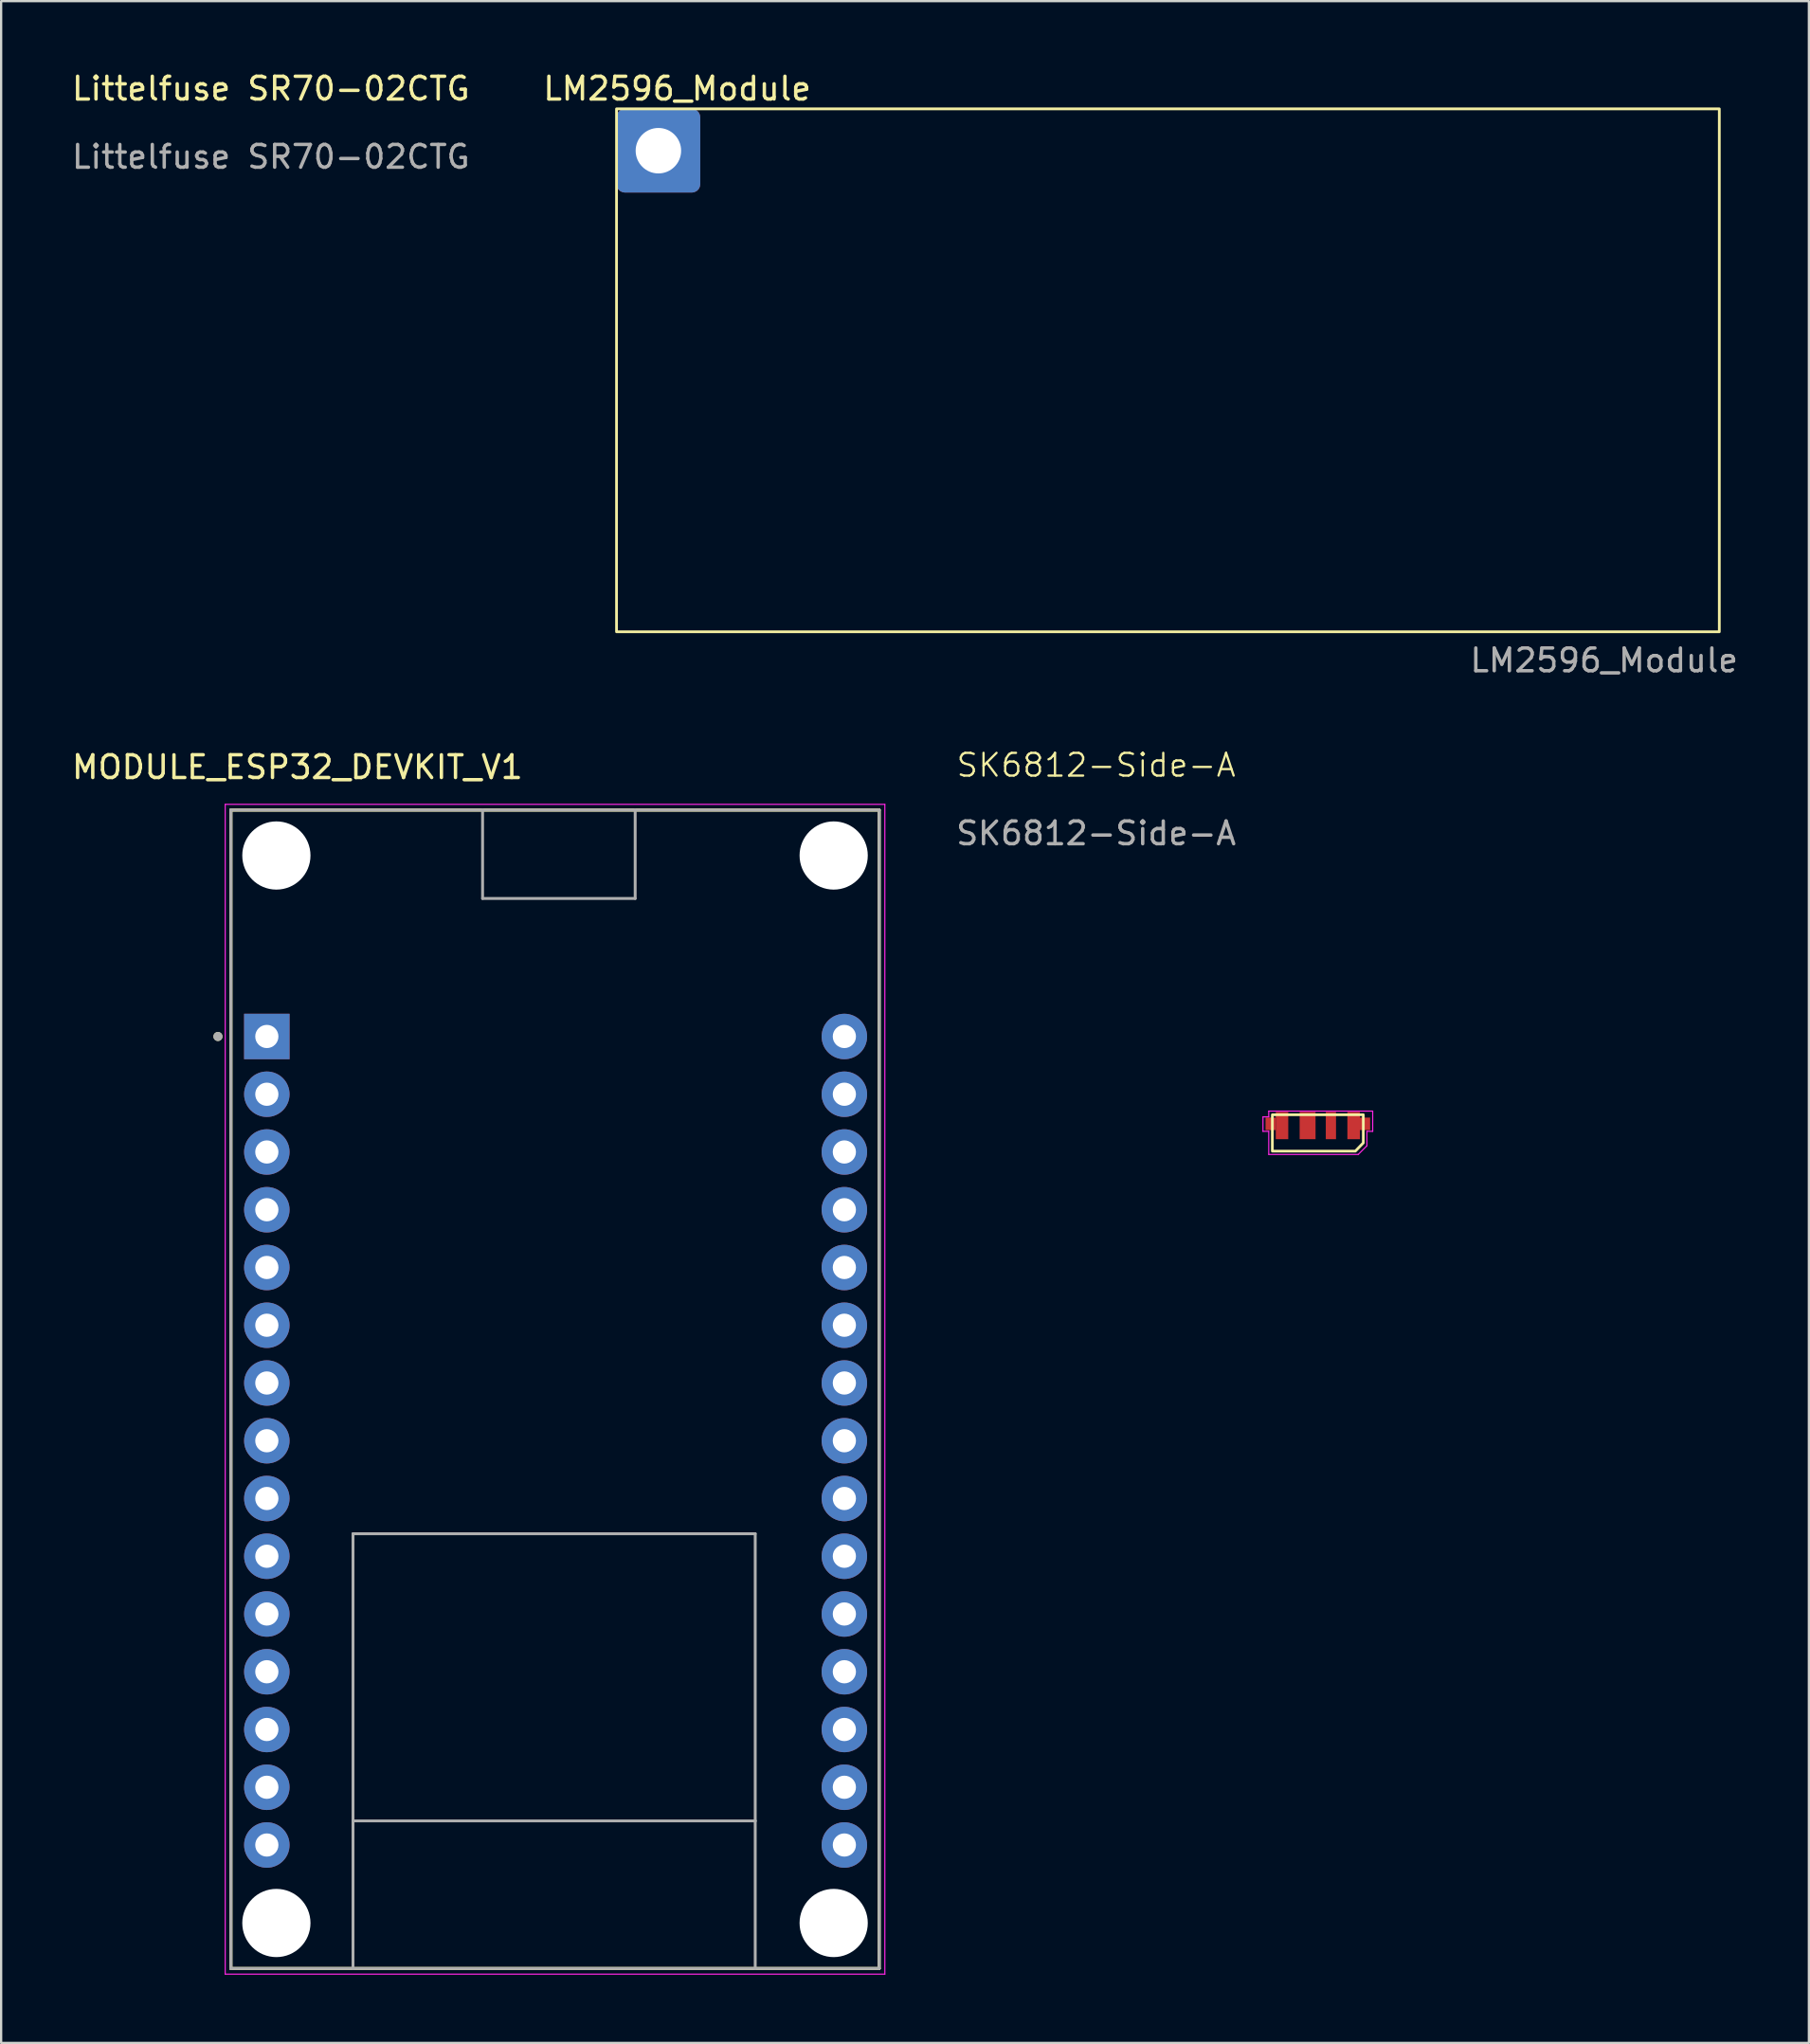
<source format=kicad_pcb>
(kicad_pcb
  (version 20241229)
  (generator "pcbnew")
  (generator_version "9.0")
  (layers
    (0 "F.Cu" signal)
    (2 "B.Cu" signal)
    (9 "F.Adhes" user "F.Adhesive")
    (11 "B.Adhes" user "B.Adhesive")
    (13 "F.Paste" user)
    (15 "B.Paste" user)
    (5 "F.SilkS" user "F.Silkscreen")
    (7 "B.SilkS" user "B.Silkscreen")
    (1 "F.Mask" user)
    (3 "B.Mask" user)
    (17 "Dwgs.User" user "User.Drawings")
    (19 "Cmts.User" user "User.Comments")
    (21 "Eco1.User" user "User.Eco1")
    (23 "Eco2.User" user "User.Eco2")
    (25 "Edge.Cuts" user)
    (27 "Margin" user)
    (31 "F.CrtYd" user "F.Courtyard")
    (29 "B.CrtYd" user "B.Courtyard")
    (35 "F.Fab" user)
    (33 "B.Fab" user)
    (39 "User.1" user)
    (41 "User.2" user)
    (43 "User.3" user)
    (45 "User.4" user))
  (footprint "SK6812-Side-A"
    (layer "F.Cu")
    (at 54.908 46.453)
    (property "Reference" "SK6812-Side-A" (at -9.75 -15.85 0) (unlocked yes) (layer "F.SilkS") (effects (font (size 1 1) (thickness 0.1))))
    (attr smd)
    (fp_poly (pts (xy -2 -0.475) (xy 2 -0.475) (xy 2 0.762) (xy 1.651 1.125) (xy -2 1.125)) (stroke (width 0.12) (type solid)) (fill no) (layer "F.SilkS"))
    (fp_line (start -2.413 -0.381) (end -2.159 -0.381) (stroke (width 0.05) (type default)) (layer "F.CrtYd"))
    (fp_line (start -2.413 0.254) (end -2.413 -0.381) (stroke (width 0.05) (type default)) (layer "F.CrtYd"))
    (fp_line (start -2.159 -0.635) (end 2.413 -0.635) (stroke (width 0.05) (type default)) (layer "F.CrtYd"))
    (fp_line (start -2.159 -0.381) (end -2.159 -0.635) (stroke (width 0.05) (type default)) (layer "F.CrtYd"))
    (fp_line (start -2.159 0.254) (end -2.413 0.254) (stroke (width 0.05) (type default)) (layer "F.CrtYd"))
    (fp_line (start -2.159 1.27) (end -2.159 0.254) (stroke (width 0.05) (type default)) (layer "F.CrtYd"))
    (fp_line (start 1.778 1.27) (end -2.159 1.27) (stroke (width 0.05) (type default)) (layer "F.CrtYd"))
    (fp_line (start 2.159 0.254) (end 2.159 0.889) (stroke (width 0.05) (type default)) (layer "F.CrtYd"))
    (fp_line (start 2.159 0.889) (end 1.778 1.27) (stroke (width 0.05) (type default)) (layer "F.CrtYd"))
    (fp_line (start 2.413 -0.635) (end 2.413 0.254) (stroke (width 0.05) (type default)) (layer "F.CrtYd"))
    (fp_line (start 2.413 0.254) (end 2.159 0.254) (stroke (width 0.05) (type default)) (layer "F.CrtYd"))
    (fp_text user "${REFERENCE}" (at -9.75 -12.85 0) (unlocked yes) (layer "F.Fab") (effects (font (size 1 1) (thickness 0.15))))
    (pad "1" smd rect (at -2.075 -0.075) (size 0.45 0.55) (layers "F.Cu" "F.Mask" "F.Paste"))
    (pad "1" smd rect (at -1.575 0) (size 0.55 1.2) (layers "F.Cu" "F.Mask" "F.Paste"))
    (pad "2" smd rect (at -0.45 0) (size 0.7 1.2) (layers "F.Cu" "F.Mask" "F.Paste"))
    (pad "3" smd rect (at 0.575 0) (size 0.45 1.2) (layers "F.Cu" "F.Mask" "F.Paste"))
    (pad "4" smd rect (at 1.575 0) (size 0.55 1.2) (layers "F.Cu" "F.Mask" "F.Paste"))
    (pad "4" smd rect (at 2.075 -0.075) (size 0.45 0.55) (layers "F.Cu" "F.Mask" "F.Paste")))
  (footprint "Littelfuse SR70-02CTG"
    (layer "F.Cu")
    (at 8.863 1.348)
    (property "Reference" "Littelfuse SR70-02CTG" (at 0 -0.5 0) (unlocked yes) (layer "F.SilkS") (effects (font (size 1 1) (thickness 0.15))))
    (attr smd)
    (fp_text user "${REFERENCE}" (at 0 2.5 0) (unlocked yes) (layer "F.Fab") (effects (font (size 1 1) (thickness 0.15)))))
  (footprint "LM2596_Module"
    (layer "F.Cu")
    (at 24.065 1.737)
    (property "Reference" "LM2596_Module" (at 2.667 -0.889 0) (unlocked yes) (layer "F.SilkS") (effects (font (size 1 1) (thickness 0.15))))
    (attr smd)
    (fp_rect (start 0 0) (end 48.5 23) (stroke (width 0.12) (type default)) (fill no) (layer "F.SilkS"))
    (fp_text user "${REFERENCE}" (at 43.434 24.257 0) (unlocked yes) (layer "F.Fab") (effects (font (size 1 1) (thickness 0.15))))
    (pad "1" thru_hole roundrect (at 1.841 1.841) (size 3.683 3.683) (drill 2) (layers "*.Cu" "*.Mask") (roundrect_rratio 0.1)))
  (footprint "MODULE_ESP32_DEVKIT_V1"
    (layer "F.Cu")
    (at 21.385 58.051)
    (property "Reference" "MODULE_ESP32_DEVKIT_V1" (at -11.355 -27.36 0) (layer "F.SilkS") (effects (font (size 1 1) (thickness 0.15))))
    (attr through_hole)
    (fp_line (start -14.28 -25.475) (end -3.211 -25.475) (stroke (width 0.127) (type solid)) (layer "F.SilkS"))
    (fp_line (start -14.28 -25.475) (end 14.23 -25.475) (stroke (width 0.127) (type solid)) (layer "F.SilkS"))
    (fp_line (start -14.28 25.475) (end -14.28 -25.475) (stroke (width 0.127) (type solid)) (layer "F.SilkS"))
    (fp_line (start -14.28 25.475) (end -14.28 -25.475) (stroke (width 0.127) (type solid)) (layer "F.SilkS"))
    (fp_line (start -14.28 25.475) (end -8.91 25.475) (stroke (width 0.127) (type solid)) (layer "F.SilkS"))
    (fp_line (start -8.91 25.475) (end 8.78 25.475) (stroke (width 0.127) (type solid)) (layer "F.SilkS"))
    (fp_line (start -3.211 -25.475) (end 3.5 -25.475) (stroke (width 0.127) (type solid)) (layer "F.SilkS"))
    (fp_line (start 3.5 -25.475) (end 14.23 -25.475) (stroke (width 0.127) (type solid)) (layer "F.SilkS"))
    (fp_line (start 8.78 25.475) (end 14.23 25.475) (stroke (width 0.127) (type solid)) (layer "F.SilkS"))
    (fp_line (start 14.23 -25.475) (end 14.23 25.475) (stroke (width 0.127) (type solid)) (layer "F.SilkS"))
    (fp_line (start 14.23 -25.475) (end 14.23 25.475) (stroke (width 0.127) (type solid)) (layer "F.SilkS"))
    (fp_line (start 14.23 25.475) (end -14.28 25.475) (stroke (width 0.127) (type solid)) (layer "F.SilkS"))
    (fp_circle (center -14.85 -15.515) (end -14.75 -15.515) (stroke (width 0.2) (type solid)) (fill no) (layer "F.SilkS"))
    (fp_line (start -14.53 -25.725) (end -14.53 25.725) (stroke (width 0.05) (type solid)) (layer "F.CrtYd"))
    (fp_line (start -14.53 25.725) (end 14.48 25.725) (stroke (width 0.05) (type solid)) (layer "F.CrtYd"))
    (fp_line (start 14.48 -25.725) (end -14.53 -25.725) (stroke (width 0.05) (type solid)) (layer "F.CrtYd"))
    (fp_line (start 14.48 25.725) (end 14.48 -25.725) (stroke (width 0.05) (type solid)) (layer "F.CrtYd"))
    (fp_line (start -14.28 -25.475) (end -3.211 -25.475) (stroke (width 0.127) (type solid)) (layer "F.Fab"))
    (fp_line (start -14.28 25.475) (end -14.28 -25.475) (stroke (width 0.127) (type solid)) (layer "F.Fab"))
    (fp_line (start -14.28 25.475) (end -8.91 25.475) (stroke (width 0.127) (type solid)) (layer "F.Fab"))
    (fp_line (start -8.91 6.355) (end 8.78 6.355) (stroke (width 0.127) (type solid)) (layer "F.Fab"))
    (fp_line (start -8.91 18.985) (end -8.91 6.355) (stroke (width 0.127) (type solid)) (layer "F.Fab"))
    (fp_line (start -8.91 18.985) (end 8.78 18.985) (stroke (width 0.127) (type solid)) (layer "F.Fab"))
    (fp_line (start -8.91 25.475) (end -8.91 18.985) (stroke (width 0.127) (type solid)) (layer "F.Fab"))
    (fp_line (start -8.91 25.475) (end 8.78 25.475) (stroke (width 0.127) (type solid)) (layer "F.Fab"))
    (fp_line (start -3.211 -25.475) (end 3.5 -25.475) (stroke (width 0.127) (type solid)) (layer "F.Fab"))
    (fp_line (start -3.211 -21.585) (end -3.211 -25.475) (stroke (width 0.127) (type solid)) (layer "F.Fab"))
    (fp_line (start 3.5 -25.475) (end 3.5 -21.585) (stroke (width 0.127) (type solid)) (layer "F.Fab"))
    (fp_line (start 3.5 -25.475) (end 14.23 -25.475) (stroke (width 0.127) (type solid)) (layer "F.Fab"))
    (fp_line (start 3.5 -21.585) (end -3.211 -21.585) (stroke (width 0.127) (type solid)) (layer "F.Fab"))
    (fp_line (start 8.78 6.355) (end 8.78 18.985) (stroke (width 0.127) (type solid)) (layer "F.Fab"))
    (fp_line (start 8.78 18.985) (end 8.78 25.475) (stroke (width 0.127) (type solid)) (layer "F.Fab"))
    (fp_line (start 8.78 25.475) (end 14.23 25.475) (stroke (width 0.127) (type solid)) (layer "F.Fab"))
    (fp_line (start 14.23 -25.475) (end 14.23 25.475) (stroke (width 0.127) (type solid)) (layer "F.Fab"))
    (fp_circle (center -14.85 -15.515) (end -14.75 -15.515) (stroke (width 0.2) (type solid)) (fill no) (layer "F.Fab"))
    (pad "" np_thru_hole circle (at -12.28 -23.475) (size 3 3) (drill 3) (layers "*.Cu" "*.Mask"))
    (pad "" np_thru_hole circle (at -12.28 23.475) (size 3 3) (drill 3) (layers "*.Cu" "*.Mask"))
    (pad "" np_thru_hole circle (at 12.23 -23.475) (size 3 3) (drill 3) (layers "*.Cu" "*.Mask"))
    (pad "" np_thru_hole circle (at 12.23 23.475) (size 3 3) (drill 3) (layers "*.Cu" "*.Mask"))
    (pad "1" thru_hole rect (at -12.7 -15.515) (size 2 2) (drill 1.02) (layers "*.Cu" "*.Mask"))
    (pad "2" thru_hole circle (at -12.7 -12.975) (size 2 2) (drill 1.02) (layers "*.Cu" "*.Mask"))
    (pad "3" thru_hole circle (at -12.7 -10.435) (size 2 2) (drill 1.02) (layers "*.Cu" "*.Mask"))
    (pad "4" thru_hole circle (at -12.7 -7.895) (size 2 2) (drill 1.02) (layers "*.Cu" "*.Mask"))
    (pad "5" thru_hole circle (at -12.7 -5.355) (size 2 2) (drill 1.02) (layers "*.Cu" "*.Mask"))
    (pad "6" thru_hole circle (at -12.7 -2.815) (size 2 2) (drill 1.02) (layers "*.Cu" "*.Mask"))
    (pad "7" thru_hole circle (at -12.7 -0.275) (size 2 2) (drill 1.02) (layers "*.Cu" "*.Mask"))
    (pad "8" thru_hole circle (at -12.7 2.265) (size 2 2) (drill 1.02) (layers "*.Cu" "*.Mask"))
    (pad "9" thru_hole circle (at -12.7 4.805) (size 2 2) (drill 1.02) (layers "*.Cu" "*.Mask"))
    (pad "10" thru_hole circle (at -12.7 7.345) (size 2 2) (drill 1.02) (layers "*.Cu" "*.Mask"))
    (pad "11" thru_hole circle (at -12.7 9.885) (size 2 2) (drill 1.02) (layers "*.Cu" "*.Mask"))
    (pad "12" thru_hole circle (at -12.7 12.425) (size 2 2) (drill 1.02) (layers "*.Cu" "*.Mask"))
    (pad "13" thru_hole circle (at -12.7 14.965) (size 2 2) (drill 1.02) (layers "*.Cu" "*.Mask"))
    (pad "14" thru_hole circle (at -12.7 17.505) (size 2 2) (drill 1.02) (layers "*.Cu" "*.Mask"))
    (pad "15" thru_hole circle (at -12.7 20.045) (size 2 2) (drill 1.02) (layers "*.Cu" "*.Mask"))
    (pad "16" thru_hole circle (at 12.7 20.045) (size 2 2) (drill 1.02) (layers "*.Cu" "*.Mask"))
    (pad "17" thru_hole circle (at 12.7 17.505) (size 2 2) (drill 1.02) (layers "*.Cu" "*.Mask"))
    (pad "18" thru_hole circle (at 12.7 14.965) (size 2 2) (drill 1.02) (layers "*.Cu" "*.Mask"))
    (pad "19" thru_hole circle (at 12.7 12.425) (size 2 2) (drill 1.02) (layers "*.Cu" "*.Mask"))
    (pad "20" thru_hole circle (at 12.7 9.885) (size 2 2) (drill 1.02) (layers "*.Cu" "*.Mask"))
    (pad "21" thru_hole circle (at 12.7 7.345) (size 2 2) (drill 1.02) (layers "*.Cu" "*.Mask"))
    (pad "22" thru_hole circle (at 12.7 4.805) (size 2 2) (drill 1.02) (layers "*.Cu" "*.Mask"))
    (pad "23" thru_hole circle (at 12.7 2.265) (size 2 2) (drill 1.02) (layers "*.Cu" "*.Mask"))
    (pad "24" thru_hole circle (at 12.7 -0.275) (size 2 2) (drill 1.02) (layers "*.Cu" "*.Mask"))
    (pad "25" thru_hole circle (at 12.7 -2.815) (size 2 2) (drill 1.02) (layers "*.Cu" "*.Mask"))
    (pad "26" thru_hole circle (at 12.7 -5.355) (size 2 2) (drill 1.02) (layers "*.Cu" "*.Mask"))
    (pad "27" thru_hole circle (at 12.7 -7.895) (size 2 2) (drill 1.02) (layers "*.Cu" "*.Mask"))
    (pad "28" thru_hole circle (at 12.7 -10.435) (size 2 2) (drill 1.02) (layers "*.Cu" "*.Mask"))
    (pad "29" thru_hole circle (at 12.7 -12.975) (size 2 2) (drill 1.02) (layers "*.Cu" "*.Mask"))
    (pad "30" thru_hole circle (at 12.7 -15.515) (size 2 2) (drill 1.02) (layers "*.Cu" "*.Mask"))
    (zone (net_name "") (layer "F.Cu") (hatch full 0.508) (connect_pads) (min_thickness 0.01) (filled_areas_thickness no) (keepout (tracks not_allowed) (vias not_allowed) (pads not_allowed) (copperpour not_allowed) (footprints allowed)) (placement (enabled no)) (fill) (polygon (pts (xy 12.475 77.036) (xy 30.165 77.036) (xy 30.165 83.526) (xy 12.475 83.526))))
    (zone (net_name "") (layers "F.Cu" "B.Cu") (hatch full 0.508) (connect_pads) (min_thickness 0.01) (filled_areas_thickness no) (keepout (tracks allowed) (vias not_allowed) (pads allowed) (copperpour allowed) (footprints allowed)) (placement (enabled no)) (fill) (polygon (pts (xy 12.475 77.036) (xy 30.165 77.036) (xy 30.165 83.526) (xy 12.475 83.526))))
    (zone (net_name "") (layer "B.Cu") (hatch full 0.508) (connect_pads) (min_thickness 0.01) (filled_areas_thickness no) (keepout (tracks not_allowed) (vias not_allowed) (pads not_allowed) (copperpour not_allowed) (footprints allowed)) (placement (enabled no)) (fill) (polygon (pts (xy 12.475 77.036) (xy 30.165 77.036) (xy 30.165 83.526) (xy 12.475 83.526)))))
  (gr_rect
    (start -3 -3)
    (end 76.505 86.801)
    (stroke (width 0.1) (type default))
    (fill no)
    (layer "Edge.Cuts")))
</source>
